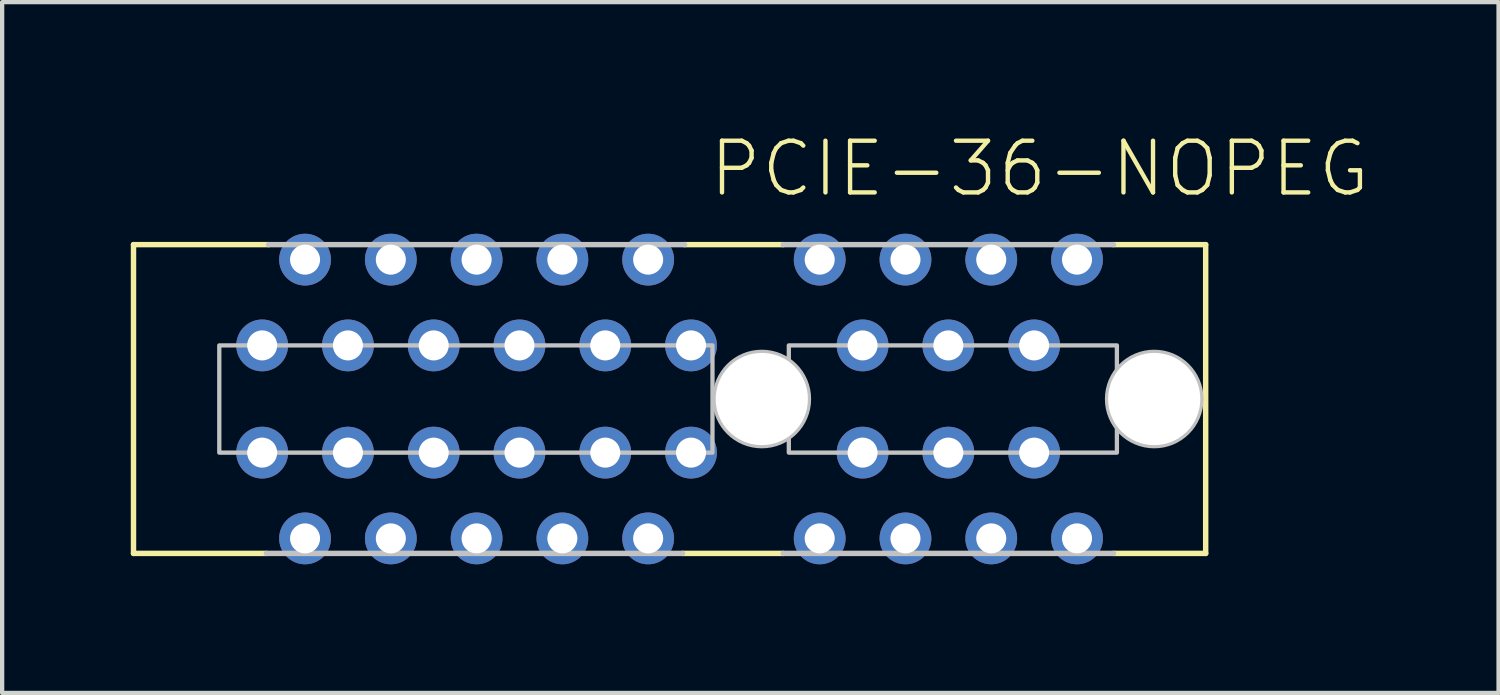
<source format=kicad_pcb>
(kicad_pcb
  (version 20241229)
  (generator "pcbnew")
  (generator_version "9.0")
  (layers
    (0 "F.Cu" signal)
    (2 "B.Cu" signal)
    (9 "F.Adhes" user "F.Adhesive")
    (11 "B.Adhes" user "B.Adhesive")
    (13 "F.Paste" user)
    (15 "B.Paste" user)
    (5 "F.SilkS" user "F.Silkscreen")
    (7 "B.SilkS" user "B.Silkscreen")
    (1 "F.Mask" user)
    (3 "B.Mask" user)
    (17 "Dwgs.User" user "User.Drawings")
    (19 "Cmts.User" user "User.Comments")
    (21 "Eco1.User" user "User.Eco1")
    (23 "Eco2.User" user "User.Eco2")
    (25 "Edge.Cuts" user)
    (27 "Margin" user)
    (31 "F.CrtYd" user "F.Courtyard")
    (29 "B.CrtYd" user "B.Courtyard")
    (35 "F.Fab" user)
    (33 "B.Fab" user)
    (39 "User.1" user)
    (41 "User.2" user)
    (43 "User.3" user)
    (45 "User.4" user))
  (footprint "PCIE-36-NOPEG"
    (layer "F.Cu")
    (at 14.713 6.254)
    (property "Reference" "PCIE-36-NOPEG" (at -1.282 -5.37 0) (layer "F.SilkS") (effects (font (size 1.206 1.206) (thickness 0.102)) (justify left)))
    (attr through_hole)
    (fp_line (start -14.65 -3.6) (end -11.5 -3.6) (stroke (width 0.127) (type solid)) (layer "F.SilkS"))
    (fp_line (start -14.65 3.6) (end -14.65 -3.6) (stroke (width 0.127) (type solid)) (layer "F.SilkS"))
    (fp_line (start -11.55 3.6) (end -14.65 3.6) (stroke (width 0.127) (type solid)) (layer "F.SilkS"))
    (fp_line (start -1.8 -3.6) (end 0.5 -3.6) (stroke (width 0.127) (type solid)) (layer "F.SilkS"))
    (fp_line (start 0.5 3.6) (end -1.85 3.6) (stroke (width 0.127) (type solid)) (layer "F.SilkS"))
    (fp_line (start 8.2 -3.6) (end 10.35 -3.6) (stroke (width 0.127) (type solid)) (layer "F.SilkS"))
    (fp_line (start 10.35 -3.6) (end 10.35 3.6) (stroke (width 0.127) (type solid)) (layer "F.SilkS"))
    (fp_line (start 10.35 3.6) (end 8.2 3.6) (stroke (width 0.127) (type solid)) (layer "F.SilkS"))
    (fp_line (start -11.5 -3.6) (end -1.8 -3.6) (stroke (width 0.127) (type solid)) (layer "Dwgs.User"))
    (fp_line (start -1.85 3.6) (end -11.55 3.6) (stroke (width 0.127) (type solid)) (layer "Dwgs.User"))
    (fp_line (start 0.5 -3.6) (end 8.2 -3.6) (stroke (width 0.127) (type solid)) (layer "Dwgs.User"))
    (fp_line (start 8.2 3.6) (end 0.5 3.6) (stroke (width 0.127) (type solid)) (layer "Dwgs.User"))
    (fp_circle (center 0 0) (end 1.075 0) (stroke (width 0.15) (type solid)) (fill no) (layer "Dwgs.User"))
    (fp_circle (center 9.15 0) (end 10.225 0) (stroke (width 0.15) (type solid)) (fill no) (layer "Dwgs.User"))
    (fp_poly (pts (xy -12.65 1.25) (xy -1.15 1.25) (xy -1.15 -1.25) (xy -12.65 -1.25)) (stroke (width 0.1) (type solid)) (fill no) (layer "Dwgs.User"))
    (fp_poly (pts (xy 0.63 1.25) (xy 8.28 1.25) (xy 8.28 -1.25) (xy 0.63 -1.25)) (stroke (width 0.1) (type solid)) (fill no) (layer "Dwgs.User"))
    (pad "" np_thru_hole circle (at 0 0) (size 2.15 2.15) (drill 2.15) (layers "*.Cu" "*.Mask"))
    (pad "" np_thru_hole circle (at 9.15 0) (size 2.15 2.15) (drill 2.15) (layers "*.Cu" "*.Mask"))
    (pad "A1" thru_hole circle (at -11.65 -1.25) (size 1.208 1.208) (drill 0.7) (layers "*.Cu" "*.Mask"))
    (pad "A2" thru_hole circle (at -10.65 -3.25) (size 1.208 1.208) (drill 0.7) (layers "*.Cu" "*.Mask"))
    (pad "A3" thru_hole circle (at -9.65 -1.25) (size 1.208 1.208) (drill 0.7) (layers "*.Cu" "*.Mask"))
    (pad "A4" thru_hole circle (at -8.65 -3.25) (size 1.208 1.208) (drill 0.7) (layers "*.Cu" "*.Mask"))
    (pad "A5" thru_hole circle (at -7.65 -1.25) (size 1.208 1.208) (drill 0.7) (layers "*.Cu" "*.Mask"))
    (pad "A6" thru_hole circle (at -6.65 -3.25) (size 1.208 1.208) (drill 0.7) (layers "*.Cu" "*.Mask"))
    (pad "A7" thru_hole circle (at -5.65 -1.25) (size 1.208 1.208) (drill 0.7) (layers "*.Cu" "*.Mask"))
    (pad "A8" thru_hole circle (at -4.65 -3.25) (size 1.208 1.208) (drill 0.7) (layers "*.Cu" "*.Mask"))
    (pad "A9" thru_hole circle (at -3.65 -1.25) (size 1.208 1.208) (drill 0.7) (layers "*.Cu" "*.Mask"))
    (pad "A10" thru_hole circle (at -2.65 -3.25) (size 1.208 1.208) (drill 0.7) (layers "*.Cu" "*.Mask"))
    (pad "A11" thru_hole circle (at -1.65 -1.25) (size 1.208 1.208) (drill 0.7) (layers "*.Cu" "*.Mask"))
    (pad "A12" thru_hole circle (at 1.35 -3.25) (size 1.208 1.208) (drill 0.7) (layers "*.Cu" "*.Mask"))
    (pad "A13" thru_hole circle (at 2.35 -1.25) (size 1.208 1.208) (drill 0.7) (layers "*.Cu" "*.Mask"))
    (pad "A14" thru_hole circle (at 3.35 -3.25) (size 1.208 1.208) (drill 0.7) (layers "*.Cu" "*.Mask"))
    (pad "A15" thru_hole circle (at 4.35 -1.25) (size 1.208 1.208) (drill 0.7) (layers "*.Cu" "*.Mask"))
    (pad "A16" thru_hole circle (at 5.35 -3.25) (size 1.208 1.208) (drill 0.7) (layers "*.Cu" "*.Mask"))
    (pad "A17" thru_hole circle (at 6.35 -1.25) (size 1.208 1.208) (drill 0.7) (layers "*.Cu" "*.Mask"))
    (pad "A18" thru_hole circle (at 7.35 -3.25) (size 1.208 1.208) (drill 0.7) (layers "*.Cu" "*.Mask"))
    (pad "B1" thru_hole circle (at -11.65 1.25 180) (size 1.208 1.208) (drill 0.7) (layers "*.Cu" "*.Mask"))
    (pad "B2" thru_hole circle (at -10.65 3.25 180) (size 1.208 1.208) (drill 0.7) (layers "*.Cu" "*.Mask"))
    (pad "B3" thru_hole circle (at -9.65 1.25 180) (size 1.208 1.208) (drill 0.7) (layers "*.Cu" "*.Mask"))
    (pad "B4" thru_hole circle (at -8.65 3.25 180) (size 1.208 1.208) (drill 0.7) (layers "*.Cu" "*.Mask"))
    (pad "B5" thru_hole circle (at -7.65 1.25 180) (size 1.208 1.208) (drill 0.7) (layers "*.Cu" "*.Mask"))
    (pad "B6" thru_hole circle (at -6.65 3.25 180) (size 1.208 1.208) (drill 0.7) (layers "*.Cu" "*.Mask"))
    (pad "B7" thru_hole circle (at -5.65 1.25 180) (size 1.208 1.208) (drill 0.7) (layers "*.Cu" "*.Mask"))
    (pad "B8" thru_hole circle (at -4.65 3.25 180) (size 1.208 1.208) (drill 0.7) (layers "*.Cu" "*.Mask"))
    (pad "B9" thru_hole circle (at -3.65 1.25 180) (size 1.208 1.208) (drill 0.7) (layers "*.Cu" "*.Mask"))
    (pad "B10" thru_hole circle (at -2.65 3.25 180) (size 1.208 1.208) (drill 0.7) (layers "*.Cu" "*.Mask"))
    (pad "B11" thru_hole circle (at -1.65 1.25 180) (size 1.208 1.208) (drill 0.7) (layers "*.Cu" "*.Mask"))
    (pad "B12" thru_hole circle (at 1.35 3.25 180) (size 1.208 1.208) (drill 0.7) (layers "*.Cu" "*.Mask"))
    (pad "B13" thru_hole circle (at 2.35 1.25 180) (size 1.208 1.208) (drill 0.7) (layers "*.Cu" "*.Mask"))
    (pad "B14" thru_hole circle (at 3.35 3.25 180) (size 1.208 1.208) (drill 0.7) (layers "*.Cu" "*.Mask"))
    (pad "B15" thru_hole circle (at 4.35 1.25 180) (size 1.208 1.208) (drill 0.7) (layers "*.Cu" "*.Mask"))
    (pad "B16" thru_hole circle (at 5.35 3.25 180) (size 1.208 1.208) (drill 0.7) (layers "*.Cu" "*.Mask"))
    (pad "B17" thru_hole circle (at 6.35 1.25 180) (size 1.208 1.208) (drill 0.7) (layers "*.Cu" "*.Mask"))
    (pad "B18" thru_hole circle (at 7.35 3.25 180) (size 1.208 1.208) (drill 0.7) (layers "*.Cu" "*.Mask")))
  (gr_rect
    (start -3 -3)
    (end 31.892 13.108)
    (stroke (width 0.1) (type default))
    (fill no)
    (layer "Edge.Cuts")))
</source>
